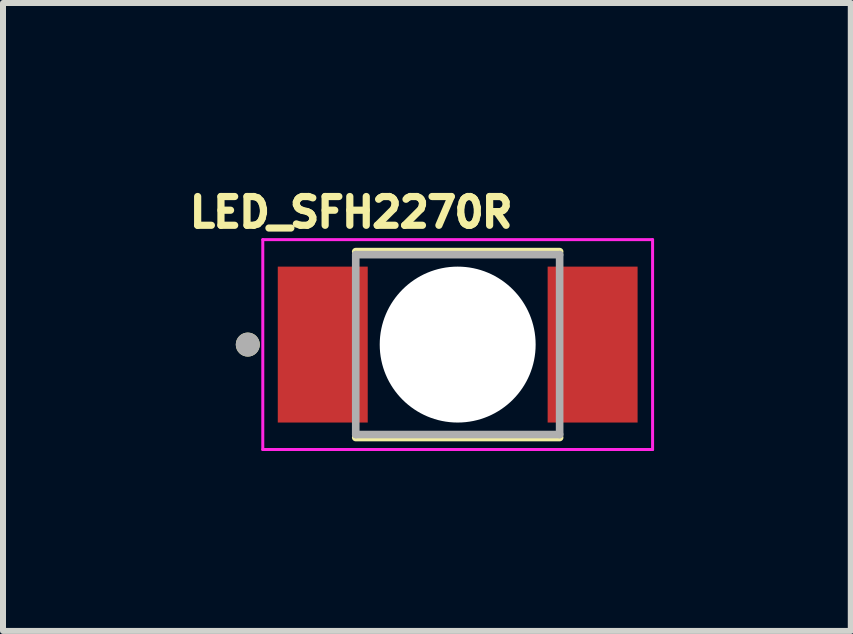
<source format=kicad_pcb>
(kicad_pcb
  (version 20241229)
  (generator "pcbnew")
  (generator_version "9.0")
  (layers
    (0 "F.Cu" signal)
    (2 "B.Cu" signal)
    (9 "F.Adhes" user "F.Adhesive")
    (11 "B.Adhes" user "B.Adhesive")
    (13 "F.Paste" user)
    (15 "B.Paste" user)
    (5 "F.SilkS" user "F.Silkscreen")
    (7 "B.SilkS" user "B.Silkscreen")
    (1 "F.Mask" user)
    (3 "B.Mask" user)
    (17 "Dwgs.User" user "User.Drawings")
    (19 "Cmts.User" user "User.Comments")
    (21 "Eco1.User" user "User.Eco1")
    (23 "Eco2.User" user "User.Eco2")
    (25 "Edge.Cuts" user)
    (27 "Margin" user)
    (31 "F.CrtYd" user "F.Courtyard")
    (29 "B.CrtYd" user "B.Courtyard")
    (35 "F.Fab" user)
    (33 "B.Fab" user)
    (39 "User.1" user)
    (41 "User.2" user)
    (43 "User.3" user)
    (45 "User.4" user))
  (footprint "LED_SFH2270R"
    (layer "F.Cu")
    (at 4.582 2.696)
    (property "Reference" "LED_SFH2270R" (at -1.776 -2.205 0) (layer "F.SilkS") (effects (font (size 0.48 0.48) (thickness 0.15))))
    (attr through_hole)
    (fp_poly (pts (xy -3.55 -0.75) (xy -0.95 -0.75) (xy -0.95 0.75) (xy -3.55 0.75)) (stroke (width 0.01) (type solid)) (fill yes) (layer "F.Mask"))
    (fp_poly (pts (xy 0.95 -0.75) (xy 3.55 -0.75) (xy 3.55 0.75) (xy 0.95 0.75)) (stroke (width 0.01) (type solid)) (fill yes) (layer "F.Mask"))
    (fp_line (start -1.7 -1.55) (end 1.7 -1.55) (stroke (width 0.127) (type solid)) (layer "F.SilkS"))
    (fp_line (start -1.7 1.55) (end 1.7 1.55) (stroke (width 0.127) (type solid)) (layer "F.SilkS"))
    (fp_circle (center -3.5 0) (end -3.4 0) (stroke (width 0.2) (type solid)) (fill no) (layer "F.SilkS"))
    (fp_poly (pts (xy -3.5 -0.7) (xy -1 -0.7) (xy -1 0.7) (xy -3.5 0.7)) (stroke (width 0.01) (type solid)) (fill yes) (layer "F.Paste"))
    (fp_poly (pts (xy 1 -0.7) (xy 3.5 -0.7) (xy 3.5 0.7) (xy 1 0.7)) (stroke (width 0.01) (type solid)) (fill yes) (layer "F.Paste"))
    (fp_line (start -3.25 -1.75) (end 3.25 -1.75) (stroke (width 0.05) (type solid)) (layer "F.CrtYd"))
    (fp_line (start -3.25 1.75) (end -3.25 -1.75) (stroke (width 0.05) (type solid)) (layer "F.CrtYd"))
    (fp_line (start 3.25 -1.75) (end 3.25 1.75) (stroke (width 0.05) (type solid)) (layer "F.CrtYd"))
    (fp_line (start 3.25 1.75) (end -3.25 1.75) (stroke (width 0.05) (type solid)) (layer "F.CrtYd"))
    (fp_line (start -1.7 -1.5) (end 1.7 -1.5) (stroke (width 0.127) (type solid)) (layer "F.Fab"))
    (fp_line (start -1.7 1.5) (end -1.7 -1.5) (stroke (width 0.127) (type solid)) (layer "F.Fab"))
    (fp_line (start 1.7 -1.5) (end 1.7 1.5) (stroke (width 0.127) (type solid)) (layer "F.Fab"))
    (fp_line (start 1.7 1.5) (end -1.7 1.5) (stroke (width 0.127) (type solid)) (layer "F.Fab"))
    (fp_circle (center -3.5 0) (end -3.4 0) (stroke (width 0.2) (type solid)) (fill no) (layer "F.Fab"))
    (pad "" np_thru_hole circle (at 0 0) (size 2.6 2.6) (drill 2.6) (layers "*.Cu" "*.Mask"))
    (pad "1" smd rect (at -2.25 0 90) (size 2.6 1.5) (layers "F.Cu"))
    (pad "2" smd rect (at 2.25 0 90) (size 2.6 1.5) (layers "F.Cu")))
  (gr_rect
    (start -3 -3)
    (end 11.137 7.471)
    (stroke (width 0.1) (type default))
    (fill no)
    (layer "Edge.Cuts")))
</source>
